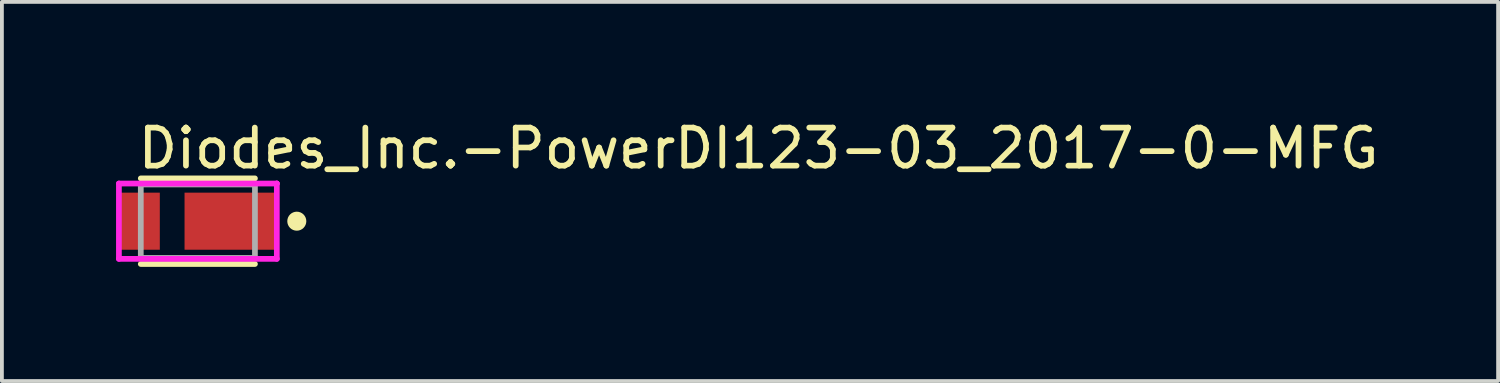
<source format=kicad_pcb>
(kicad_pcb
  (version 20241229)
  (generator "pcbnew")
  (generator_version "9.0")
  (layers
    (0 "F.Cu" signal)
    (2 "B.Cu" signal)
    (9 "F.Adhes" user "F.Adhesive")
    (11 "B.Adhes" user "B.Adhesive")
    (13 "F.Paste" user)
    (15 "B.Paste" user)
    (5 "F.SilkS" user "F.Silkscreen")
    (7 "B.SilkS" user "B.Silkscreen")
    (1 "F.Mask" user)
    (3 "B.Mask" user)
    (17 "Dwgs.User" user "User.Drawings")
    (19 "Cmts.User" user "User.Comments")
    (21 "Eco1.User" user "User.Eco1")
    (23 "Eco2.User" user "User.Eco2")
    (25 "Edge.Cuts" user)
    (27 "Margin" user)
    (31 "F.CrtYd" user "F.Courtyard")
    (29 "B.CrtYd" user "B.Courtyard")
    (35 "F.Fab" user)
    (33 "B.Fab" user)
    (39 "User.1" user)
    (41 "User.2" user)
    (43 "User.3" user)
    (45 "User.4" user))
  (footprint "Diodes_Inc.-PowerDI123-03_2017-0-MFG"
    (layer "F.Cu")
    (at 2.15 2.763)
    (property "Reference" "Diodes_Inc.-PowerDI123-03_2017-0-MFG" (at -1.65 -1.915 0) (layer "F.SilkS") (effects (font (size 1 1) (thickness 0.15)) (justify left)))
    (attr through_hole)
    (fp_line (start -1.5 -1.125) (end 1.5 -1.125) (stroke (width 0.15) (type solid)) (layer "F.SilkS"))
    (fp_line (start -1.5 1.125) (end 1.5 1.125) (stroke (width 0.15) (type solid)) (layer "F.SilkS"))
    (fp_circle (center 2.6 0) (end 2.725 0) (stroke (width 0.25) (type solid)) (fill no) (layer "F.SilkS"))
    (fp_line (start -2.075 -0.99) (end -2.075 0.99) (stroke (width 0.15) (type solid)) (layer "F.CrtYd"))
    (fp_line (start -2.075 0.99) (end 2.075 0.99) (stroke (width 0.15) (type solid)) (layer "F.CrtYd"))
    (fp_line (start 2.075 -0.99) (end -2.075 -0.99) (stroke (width 0.15) (type solid)) (layer "F.CrtYd"))
    (fp_line (start 2.075 -0.99) (end 2.075 -0.99) (stroke (width 0.15) (type solid)) (layer "F.CrtYd"))
    (fp_line (start 2.075 0.99) (end 2.075 -0.99) (stroke (width 0.15) (type solid)) (layer "F.CrtYd"))
    (fp_line (start -1.5 -0.965) (end 1.5 -0.965) (stroke (width 0.15) (type solid)) (layer "F.Fab"))
    (fp_line (start -1.5 0.965) (end -1.5 -0.965) (stroke (width 0.15) (type solid)) (layer "F.Fab"))
    (fp_line (start 1.5 -0.965) (end 1.5 0.965) (stroke (width 0.15) (type solid)) (layer "F.Fab"))
    (fp_line (start 1.5 0.965) (end -1.5 0.965) (stroke (width 0.15) (type solid)) (layer "F.Fab"))
    (pad "1" smd rect (at 0.85 0) (size 2.4 1.5) (layers "F.Cu" "F.Mask" "F.Paste"))
    (pad "2" smd rect (at -1.525 0) (size 1.05 1.5) (layers "F.Cu" "F.Mask" "F.Paste")))
  (gr_rect
    (start -3 -3)
    (end 36.321 6.963)
    (stroke (width 0.1) (type default))
    (fill no)
    (layer "Edge.Cuts")))
</source>
